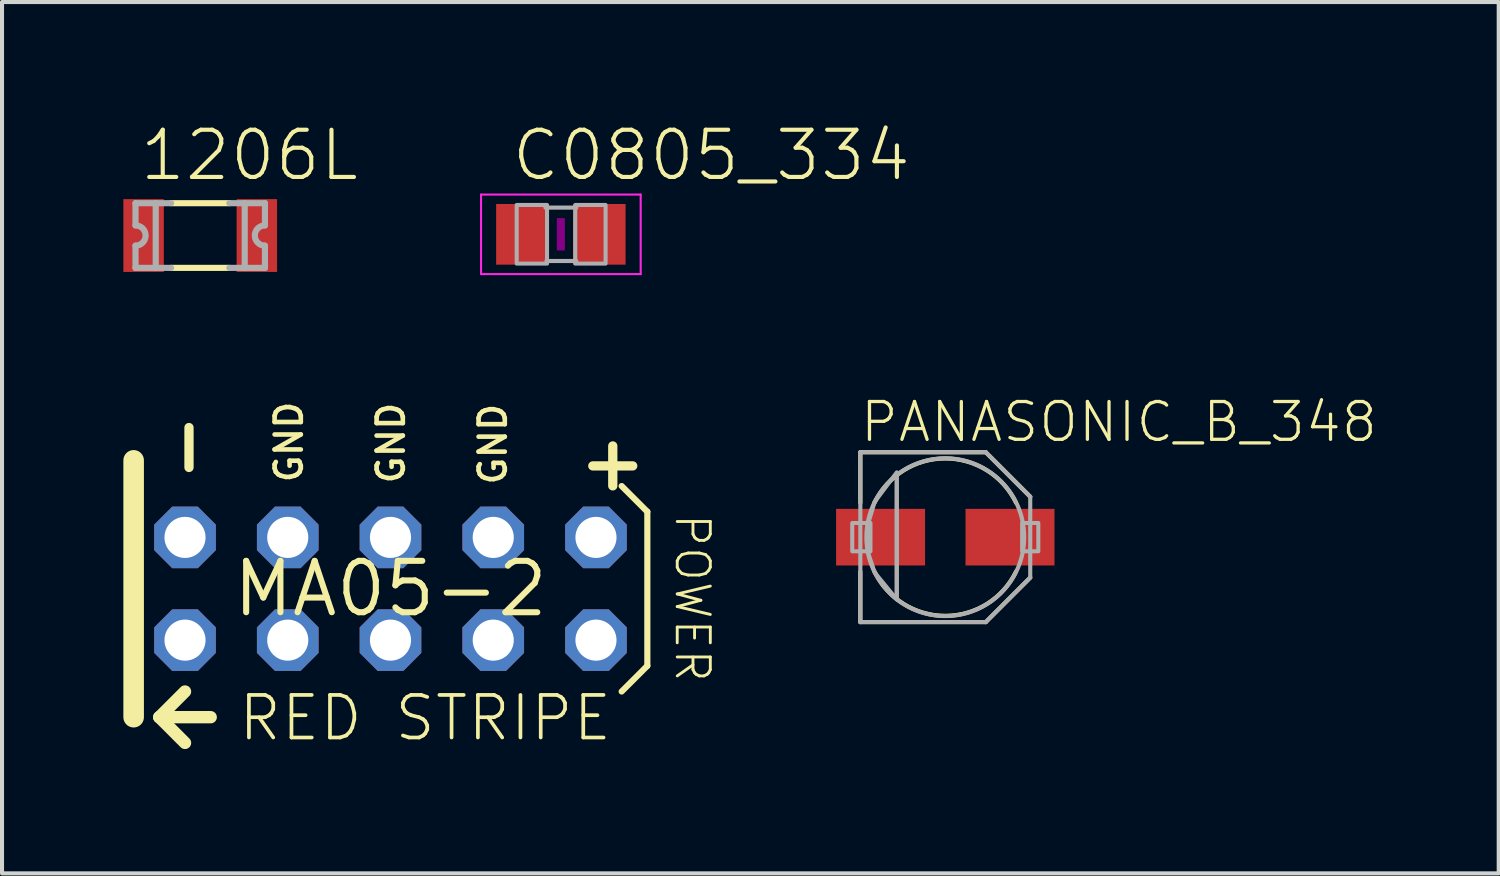
<source format=kicad_pcb>
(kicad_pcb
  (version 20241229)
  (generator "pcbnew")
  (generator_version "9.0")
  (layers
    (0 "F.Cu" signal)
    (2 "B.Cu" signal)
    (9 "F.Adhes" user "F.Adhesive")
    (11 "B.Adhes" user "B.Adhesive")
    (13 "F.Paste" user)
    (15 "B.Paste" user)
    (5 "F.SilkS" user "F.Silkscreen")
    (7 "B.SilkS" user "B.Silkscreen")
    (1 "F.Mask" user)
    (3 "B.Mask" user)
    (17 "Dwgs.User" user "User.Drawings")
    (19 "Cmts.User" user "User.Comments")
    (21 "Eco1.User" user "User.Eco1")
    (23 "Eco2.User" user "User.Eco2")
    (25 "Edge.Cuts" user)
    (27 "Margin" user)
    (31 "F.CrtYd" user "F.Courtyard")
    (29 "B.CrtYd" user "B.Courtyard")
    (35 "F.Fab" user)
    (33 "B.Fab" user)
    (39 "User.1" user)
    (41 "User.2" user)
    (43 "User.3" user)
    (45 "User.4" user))
  (footprint "C0805_334"
    (layer "F.Cu")
    (at 10.816 2.743)
    (property "Reference" "C0805_334" (at -1.27 -1.27 0) (unlocked yes) (layer "F.SilkS") (effects (font (size 1.168 1.168) (thickness 0.102)) (justify left bottom)))
    (fp_poly (pts (xy -0.1 0.4) (xy 0.1 0.4) (xy 0.1 -0.4) (xy -0.1 -0.4)) (stroke (width 0) (type default)) (fill yes) (layer "F.Adhes"))
    (fp_line (start -1.973 -0.983) (end 1.973 -0.983) (stroke (width 0.051) (type solid)) (layer "F.CrtYd"))
    (fp_line (start -1.973 0.983) (end -1.973 -0.983) (stroke (width 0.051) (type solid)) (layer "F.CrtYd"))
    (fp_line (start 1.973 -0.983) (end 1.973 0.983) (stroke (width 0.051) (type solid)) (layer "F.CrtYd"))
    (fp_line (start 1.973 0.983) (end -1.973 0.983) (stroke (width 0.051) (type solid)) (layer "F.CrtYd"))
    (fp_line (start -0.381 -0.66) (end 0.381 -0.66) (stroke (width 0.102) (type solid)) (layer "F.Fab"))
    (fp_line (start -0.356 0.66) (end 0.381 0.66) (stroke (width 0.102) (type solid)) (layer "F.Fab"))
    (fp_poly (pts (xy -1.092 0.724) (xy -0.342 0.724) (xy -0.342 -0.726) (xy -1.092 -0.726)) (stroke (width 0.1) (type default)) (fill no) (layer "F.Fab"))
    (fp_poly (pts (xy 0.356 0.724) (xy 1.106 0.724) (xy 1.106 -0.726) (xy 0.356 -0.726)) (stroke (width 0.1) (type default)) (fill no) (layer "F.Fab"))
    (pad "1" smd rect (at -0.95 0) (size 1.3 1.5) (layers "F.Cu" "F.Mask" "F.Paste"))
    (pad "2" smd rect (at 0.95 0) (size 1.3 1.5) (layers "F.Cu" "F.Mask" "F.Paste")))
  (footprint "MA05-2"
    (layer "F.Cu")
    (at 6.604 11.506)
    (property "Reference" "MA05-2" (at 0 0 0) (layer "F.SilkS") (effects (font (size 1.27 1.27) (thickness 0.15))))
    (fp_line (start -6.35 -3.175) (end -6.35 3.175) (stroke (width 0.508) (type solid)) (layer "F.SilkS"))
    (fp_line (start -5.715 3.175) (end -5.08 3.81) (stroke (width 0.305) (type solid)) (layer "F.SilkS"))
    (fp_line (start -5.08 2.54) (end -5.715 3.175) (stroke (width 0.305) (type solid)) (layer "F.SilkS"))
    (fp_line (start -4.445 3.175) (end -5.715 3.175) (stroke (width 0.305) (type solid)) (layer "F.SilkS"))
    (fp_line (start 5.715 -2.54) (end 6.35 -1.905) (stroke (width 0.152) (type solid)) (layer "F.SilkS"))
    (fp_line (start 6.35 -1.905) (end 6.35 1.905) (stroke (width 0.152) (type solid)) (layer "F.SilkS"))
    (fp_line (start 6.35 1.905) (end 5.715 2.54) (stroke (width 0.152) (type solid)) (layer "F.SilkS"))
    (fp_poly (pts (xy -5.334 -1.016) (xy -4.826 -1.016) (xy -4.826 -1.524) (xy -5.334 -1.524)) (stroke (width 0.1) (type default)) (fill no) (layer "F.Fab"))
    (fp_poly (pts (xy -5.334 1.524) (xy -4.826 1.524) (xy -4.826 1.016) (xy -5.334 1.016)) (stroke (width 0.1) (type default)) (fill no) (layer "F.Fab"))
    (fp_poly (pts (xy -2.794 -1.016) (xy -2.286 -1.016) (xy -2.286 -1.524) (xy -2.794 -1.524)) (stroke (width 0.1) (type default)) (fill no) (layer "F.Fab"))
    (fp_poly (pts (xy -2.794 1.524) (xy -2.286 1.524) (xy -2.286 1.016) (xy -2.794 1.016)) (stroke (width 0.1) (type default)) (fill no) (layer "F.Fab"))
    (fp_poly (pts (xy -0.254 -1.016) (xy 0.254 -1.016) (xy 0.254 -1.524) (xy -0.254 -1.524)) (stroke (width 0.1) (type default)) (fill no) (layer "F.Fab"))
    (fp_poly (pts (xy -0.254 1.524) (xy 0.254 1.524) (xy 0.254 1.016) (xy -0.254 1.016)) (stroke (width 0.1) (type default)) (fill no) (layer "F.Fab"))
    (fp_poly (pts (xy 2.286 -1.016) (xy 2.794 -1.016) (xy 2.794 -1.524) (xy 2.286 -1.524)) (stroke (width 0.1) (type default)) (fill no) (layer "F.Fab"))
    (fp_poly (pts (xy 2.286 1.524) (xy 2.794 1.524) (xy 2.794 1.016) (xy 2.286 1.016)) (stroke (width 0.1) (type default)) (fill no) (layer "F.Fab"))
    (fp_poly (pts (xy 4.826 -1.016) (xy 5.334 -1.016) (xy 5.334 -1.524) (xy 4.826 -1.524)) (stroke (width 0.1) (type default)) (fill no) (layer "F.Fab"))
    (fp_poly (pts (xy 4.826 1.524) (xy 5.334 1.524) (xy 5.334 1.016) (xy 4.826 1.016)) (stroke (width 0.1) (type default)) (fill no) (layer "F.Fab"))
    (fp_text user "GND" (at 0.39 -2.54 90) (unlocked yes) (layer "F.SilkS") (effects (font (size 0.648 0.648) (thickness 0.114)) (justify left bottom)))
    (fp_text user "POWER" (at 6.985 -1.905 270) (unlocked yes) (layer "F.SilkS") (effects (font (size 0.818 0.818) (thickness 0.071)) (justify left bottom)))
    (fp_text user "RED STRIPE" (at -3.81 3.81 0) (unlocked yes) (layer "F.SilkS") (effects (font (size 1.052 1.052) (thickness 0.091)) (justify left bottom)))
    (fp_text user "-" (at -4.318 -2.54 90) (unlocked yes) (layer "F.SilkS") (effects (font (size 1.295 1.295) (thickness 0.229)) (justify left bottom)))
    (fp_text user "GND" (at -2.132 -2.567 90) (unlocked yes) (layer "F.SilkS") (effects (font (size 0.648 0.648) (thickness 0.114)) (justify left bottom)))
    (fp_text user "+" (at 4.543 -2.374 0) (unlocked yes) (layer "F.SilkS") (effects (font (size 1.295 1.295) (thickness 0.229)) (justify left bottom)))
    (fp_text user "GND" (at 2.911 -2.513 90) (unlocked yes) (layer "F.SilkS") (effects (font (size 0.648 0.648) (thickness 0.114)) (justify left bottom)))
    (pad "1" thru_hole roundrect (at -5.08 1.27) (size 1.524 1.524) (drill 1.016) (layers "*.Cu" "*.Mask") (roundrect_rratio 0.25) (chamfer_ratio 0.293) (chamfer top_left top_right bottom_left bottom_right))
    (pad "2" thru_hole roundrect (at -5.08 -1.27) (size 1.524 1.524) (drill 1.016) (layers "*.Cu" "*.Mask") (roundrect_rratio 0.25) (chamfer_ratio 0.293) (chamfer top_left top_right bottom_left bottom_right))
    (pad "3" thru_hole roundrect (at -2.54 1.27) (size 1.524 1.524) (drill 1.016) (layers "*.Cu" "*.Mask") (roundrect_rratio 0.25) (chamfer_ratio 0.293) (chamfer top_left top_right bottom_left bottom_right))
    (pad "4" thru_hole roundrect (at -2.54 -1.27) (size 1.524 1.524) (drill 1.016) (layers "*.Cu" "*.Mask") (roundrect_rratio 0.25) (chamfer_ratio 0.293) (chamfer top_left top_right bottom_left bottom_right))
    (pad "5" thru_hole roundrect (at 0 1.27) (size 1.524 1.524) (drill 1.016) (layers "*.Cu" "*.Mask") (roundrect_rratio 0.25) (chamfer_ratio 0.293) (chamfer top_left top_right bottom_left bottom_right))
    (pad "6" thru_hole roundrect (at 0 -1.27) (size 1.524 1.524) (drill 1.016) (layers "*.Cu" "*.Mask") (roundrect_rratio 0.25) (chamfer_ratio 0.293) (chamfer top_left top_right bottom_left bottom_right))
    (pad "7" thru_hole roundrect (at 2.54 1.27) (size 1.524 1.524) (drill 1.016) (layers "*.Cu" "*.Mask") (roundrect_rratio 0.25) (chamfer_ratio 0.293) (chamfer top_left top_right bottom_left bottom_right))
    (pad "8" thru_hole roundrect (at 2.54 -1.27) (size 1.524 1.524) (drill 1.016) (layers "*.Cu" "*.Mask") (roundrect_rratio 0.25) (chamfer_ratio 0.293) (chamfer top_left top_right bottom_left bottom_right))
    (pad "9" thru_hole roundrect (at 5.08 1.27) (size 1.524 1.524) (drill 1.016) (layers "*.Cu" "*.Mask") (roundrect_rratio 0.25) (chamfer_ratio 0.293) (chamfer top_left top_right bottom_left bottom_right))
    (pad "10" thru_hole roundrect (at 5.08 -1.27) (size 1.524 1.524) (drill 1.016) (layers "*.Cu" "*.Mask") (roundrect_rratio 0.25) (chamfer_ratio 0.293) (chamfer top_left top_right bottom_left bottom_right)))
  (footprint "1206L"
    (layer "F.Cu")
    (at 1.9 2.773)
    (property "Reference" "1206L" (at -1.55 -1.3 0) (unlocked yes) (layer "F.SilkS") (effects (font (size 1.168 1.168) (thickness 0.102)) (justify left bottom)))
    (fp_line (start -0.72 -0.8) (end 0.72 -0.8) (stroke (width 0.152) (type solid)) (layer "F.SilkS"))
    (fp_line (start -0.72 0.8) (end 0.72 0.8) (stroke (width 0.152) (type solid)) (layer "F.SilkS"))
    (fp_line (start -1.6 -0.8) (end -1.6 -0.25) (stroke (width 0.152) (type solid)) (layer "F.Fab"))
    (fp_line (start -1.6 -0.8) (end -1.1 -0.8) (stroke (width 0.152) (type solid)) (layer "F.Fab"))
    (fp_line (start -1.6 0.25) (end -1.6 0.8) (stroke (width 0.152) (type solid)) (layer "F.Fab"))
    (fp_line (start -1.6 0.8) (end -1.1 0.8) (stroke (width 0.152) (type solid)) (layer "F.Fab"))
    (fp_line (start -1.1 -0.8) (end -1.1 0.8) (stroke (width 0.152) (type solid)) (layer "F.Fab"))
    (fp_line (start -1.1 -0.8) (end -0.72 -0.8) (stroke (width 0.152) (type solid)) (layer "F.Fab"))
    (fp_line (start -1.1 0.8) (end -0.72 0.8) (stroke (width 0.152) (type solid)) (layer "F.Fab"))
    (fp_line (start 1.1 -0.8) (end 0.72 -0.8) (stroke (width 0.152) (type solid)) (layer "F.Fab"))
    (fp_line (start 1.1 -0.8) (end 1.1 0.8) (stroke (width 0.152) (type solid)) (layer "F.Fab"))
    (fp_line (start 1.1 0.8) (end 0.72 0.8) (stroke (width 0.152) (type solid)) (layer "F.Fab"))
    (fp_line (start 1.6 -0.8) (end 1.1 -0.8) (stroke (width 0.152) (type solid)) (layer "F.Fab"))
    (fp_line (start 1.6 -0.8) (end 1.6 -0.25) (stroke (width 0.152) (type solid)) (layer "F.Fab"))
    (fp_line (start 1.6 0.25) (end 1.6 0.8) (stroke (width 0.152) (type solid)) (layer "F.Fab"))
    (fp_line (start 1.6 0.8) (end 1.1 0.8) (stroke (width 0.152) (type solid)) (layer "F.Fab"))
    (fp_arc (start -1.6 -0.25) (mid -1.35 0) (end -1.6 0.25) (stroke (width 0.1524) (type solid)) (layer "F.Fab"))
    (fp_arc (start 1.6 0.25) (mid 1.35 0) (end 1.6 -0.25) (stroke (width 0.1524) (type solid)) (layer "F.Fab"))
    (pad "1" smd rect (at -1.4 0) (size 1 1.8) (layers "F.Cu" "F.Mask" "F.Paste"))
    (pad "2" smd rect (at 1.4 0) (size 1 1.8) (layers "F.Cu" "F.Mask" "F.Paste")))
  (footprint "PANASONIC_B_348"
    (layer "F.Cu")
    (at 20.32 10.23)
    (property "Reference" "PANASONIC_B_348" (at -2.15 -2.3 0) (unlocked yes) (layer "F.SilkS") (effects (font (size 0.935 0.935) (thickness 0.081)) (justify left bottom)))
    (fp_line (start -2.1 -2.1) (end 1 -2.1) (stroke (width 0.102) (type solid)) (layer "F.SilkS"))
    (fp_line (start -2.1 -0.85) (end -2.1 -2.1) (stroke (width 0.102) (type solid)) (layer "F.SilkS"))
    (fp_line (start -2.1 2.1) (end -2.1 0.85) (stroke (width 0.102) (type solid)) (layer "F.SilkS"))
    (fp_line (start 1 -2.1) (end 2.1 -1) (stroke (width 0.102) (type solid)) (layer "F.SilkS"))
    (fp_line (start 1 2.1) (end -2.1 2.1) (stroke (width 0.102) (type solid)) (layer "F.SilkS"))
    (fp_line (start 2.1 1) (end 1 2.1) (stroke (width 0.102) (type solid)) (layer "F.SilkS"))
    (fp_arc (start -1.75 -0.85) (mid 0 -1.945508) (end 1.75 -0.85) (stroke (width 0.1016) (type solid)) (layer "F.SilkS"))
    (fp_arc (start 1.75 0.85) (mid 0 1.945508) (end -1.75 0.85) (stroke (width 0.1016) (type solid)) (layer "F.SilkS"))
    (fp_line (start -2.1 -2.1) (end 1 -2.1) (stroke (width 0.102) (type solid)) (layer "F.Fab"))
    (fp_line (start -2.1 2.1) (end -2.1 -2.1) (stroke (width 0.102) (type solid)) (layer "F.Fab"))
    (fp_line (start -1.2 -1.5) (end -1.2 1.5) (stroke (width 0.102) (type solid)) (layer "F.Fab"))
    (fp_line (start 1 -2.1) (end 2.1 -1) (stroke (width 0.102) (type solid)) (layer "F.Fab"))
    (fp_line (start 1 2.1) (end -2.1 2.1) (stroke (width 0.102) (type solid)) (layer "F.Fab"))
    (fp_line (start 2.1 -1) (end 2.1 1) (stroke (width 0.102) (type solid)) (layer "F.Fab"))
    (fp_line (start 2.1 1) (end 1 2.1) (stroke (width 0.102) (type solid)) (layer "F.Fab"))
    (fp_circle (center 0 0) (end 1.95 0) (stroke (width 0.102) (type solid)) (fill no) (layer "F.Fab"))
    (fp_poly (pts (xy -2.3 0.35) (xy -1.85 0.35) (xy -1.85 -0.35) (xy -2.3 -0.35)) (stroke (width 0.1) (type default)) (fill no) (layer "F.Fab"))
    (fp_poly (pts (xy 1.9 0.35) (xy 2.3 0.35) (xy 2.3 -0.35) (xy 1.9 -0.35)) (stroke (width 0.1) (type default)) (fill no) (layer "F.Fab"))
    (fp_poly (pts (xy -1.199 1.542) (xy -1.745 0.875) (xy -1.901 0.408) (xy -1.901 -0.357) (xy -1.746 -0.873) (xy -1.199 -1.602)) (stroke (width 0.1) (type default)) (fill no) (layer "F.Fab"))
    (pad "+" smd rect (at 1.6 0) (size 2.2 1.4) (layers "F.Cu" "F.Mask" "F.Paste"))
    (pad "-" smd rect (at -1.6 0) (size 2.2 1.4) (layers "F.Cu" "F.Mask" "F.Paste")))
  (gr_rect
    (start -3 -3)
    (end 34.002 18.542)
    (stroke (width 0.1) (type default))
    (fill no)
    (layer "Edge.Cuts")))
</source>
